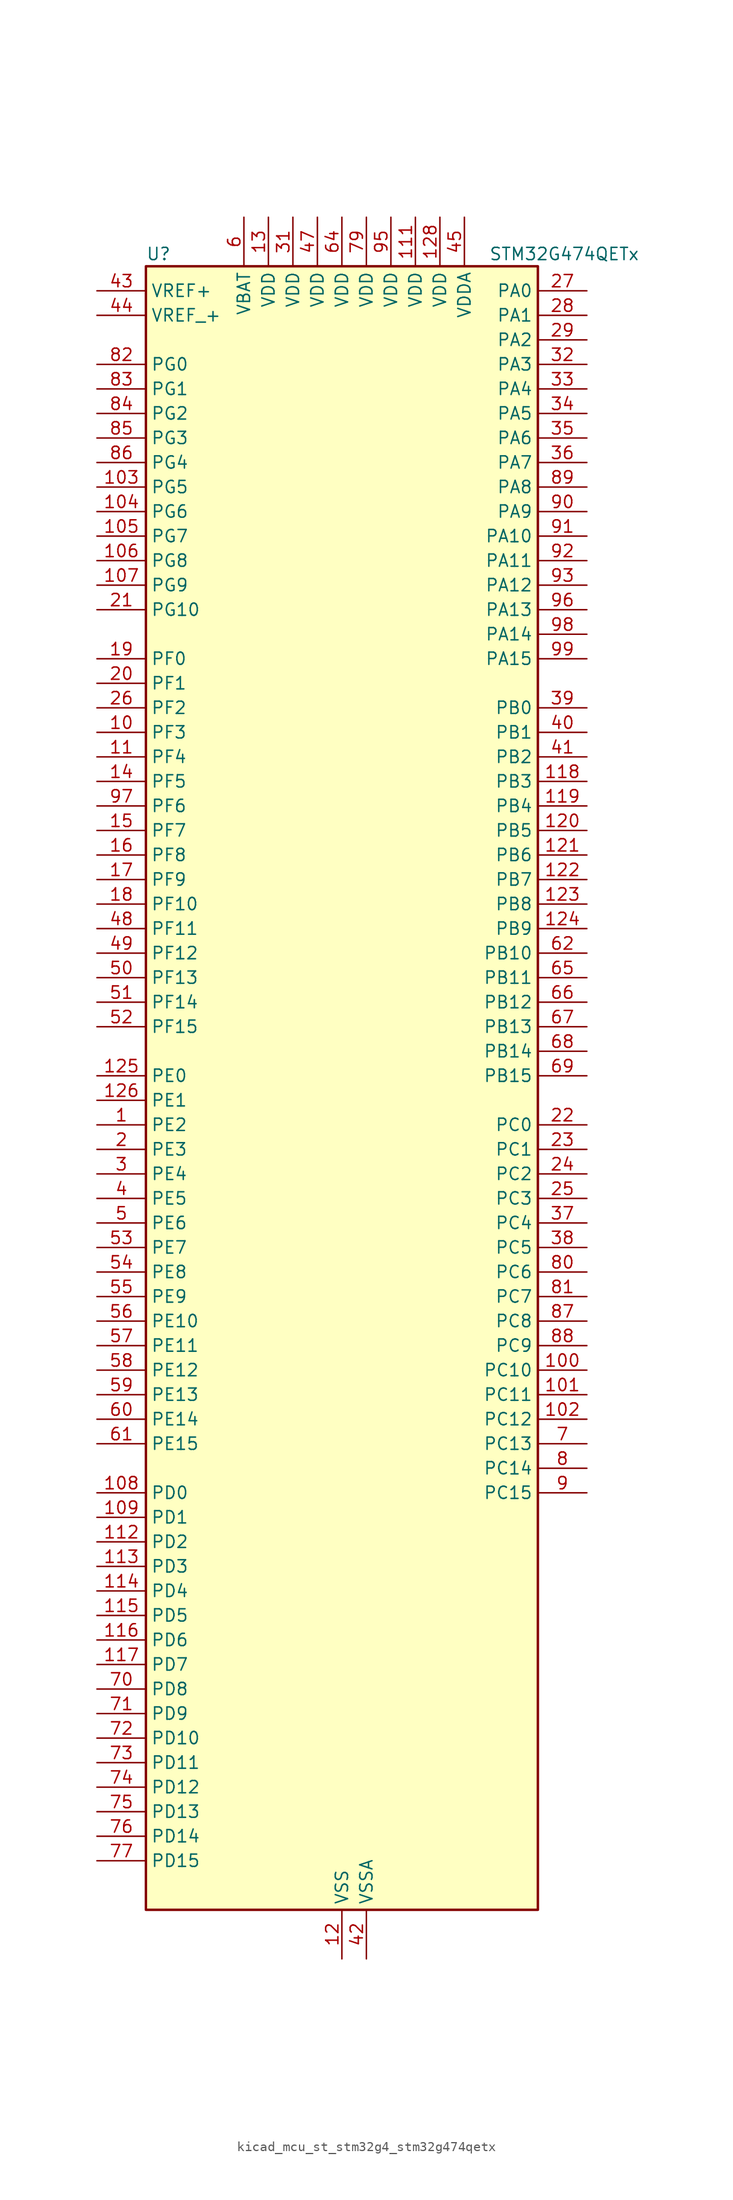
<source format=kicad_sym>
(kicad_symbol_lib
  (version 20220914)
  (generator kicad_symbol_editor)
  (symbol "kicad_mcu_st_stm32g4_stm32g474qetx"
    (property "Reference" "U"
      (at -20.32 87.63 0)
      (effects (font (size 1.27 1.27)) (justify left)))
    (property "Value" "STM32G474QETx"
      (at 15.24 87.63 0)
      (effects (font (size 1.27 1.27)) (justify left)))
    (property "ki_locked" ""
      (at 0 0 0)
      (effects (font (size 1.27 1.27))))
    (symbol "kicad_mcu_st_stm32g4_stm32g474qetx_0_1"
      (rectangle (start -20.32 -83.82) (end 20.32 86.36) (stroke (width 0.254) (type default)) (fill (type background))))
    (symbol "kicad_mcu_st_stm32g4_stm32g474qetx_1_1"
      (pin bidirectional line (at -25.4 -2.54 0) (length 5.08) (name "PE2" (effects (font (size 1.27 1.27)))) (number "1" (effects (font (size 1.27 1.27)))) (alternate "ADC3_EXTI2" bidirectional line) (alternate "ADC4_EXTI2" bidirectional line) (alternate "ADC5_EXTI2" bidirectional line) (alternate "FMC_A23" bidirectional line) (alternate "SAI1_CK1" bidirectional line) (alternate "SAI1_MCLK_A" bidirectional line) (alternate "SPI4_SCK" bidirectional line) (alternate "SYS_TRACECLK" bidirectional line) (alternate "TIM20_CH1" bidirectional line) (alternate "TIM3_CH1" bidirectional line))
      (pin bidirectional line (at -25.4 38.1 0) (length 5.08) (name "PF3" (effects (font (size 1.27 1.27)))) (number "10" (effects (font (size 1.27 1.27)))) (alternate "ADC3_EXTI3" bidirectional line) (alternate "ADC4_EXTI3" bidirectional line) (alternate "ADC5_EXTI3" bidirectional line) (alternate "FMC_A3" bidirectional line) (alternate "I2C3_SCL" bidirectional line) (alternate "TIM20_CH4" bidirectional line))
      (pin bidirectional line (at 25.4 -27.94 180) (length 5.08) (name "PC10" (effects (font (size 1.27 1.27)))) (number "100" (effects (font (size 1.27 1.27)))) (alternate "DAC1_EXTI10" bidirectional line) (alternate "DAC2_EXTI10" bidirectional line) (alternate "DAC3_EXTI10" bidirectional line) (alternate "DAC4_EXTI10" bidirectional line) (alternate "HRTIM1_FLT6" bidirectional line) (alternate "I2S3_CK" bidirectional line) (alternate "SPI3_SCK" bidirectional line) (alternate "TIM8_CH1N" bidirectional line) (alternate "UART4_TX" bidirectional line) (alternate "USART3_TX" bidirectional line))
      (pin bidirectional line (at 25.4 -30.48 180) (length 5.08) (name "PC11" (effects (font (size 1.27 1.27)))) (number "101" (effects (font (size 1.27 1.27)))) (alternate "ADC1_EXTI11" bidirectional line) (alternate "ADC2_EXTI11" bidirectional line) (alternate "HRTIM1_EEV2" bidirectional line) (alternate "I2C3_SDA" bidirectional line) (alternate "SPI3_MISO" bidirectional line) (alternate "TIM8_CH2N" bidirectional line) (alternate "UART4_RX" bidirectional line) (alternate "USART3_RX" bidirectional line))
      (pin bidirectional line (at 25.4 -33.02 180) (length 5.08) (name "PC12" (effects (font (size 1.27 1.27)))) (number "102" (effects (font (size 1.27 1.27)))) (alternate "HRTIM1_EEV1" bidirectional line) (alternate "I2S3_SD" bidirectional line) (alternate "SPI3_MOSI" bidirectional line) (alternate "TIM5_CH2" bidirectional line) (alternate "TIM8_CH3N" bidirectional line) (alternate "UART5_TX" bidirectional line) (alternate "UCPD1_FRSTX1" bidirectional line) (alternate "UCPD1_FRSTX2" bidirectional line) (alternate "USART3_CK" bidirectional line))
      (pin bidirectional line (at -25.4 63.5 0) (length 5.08) (name "PG5" (effects (font (size 1.27 1.27)))) (number "103" (effects (font (size 1.27 1.27)))) (alternate "FMC_A15" bidirectional line) (alternate "LPUART1_CTS" bidirectional line) (alternate "SPI1_NSS" bidirectional line) (alternate "TIM20_ETR" bidirectional line))
      (pin bidirectional line (at -25.4 60.96 0) (length 5.08) (name "PG6" (effects (font (size 1.27 1.27)))) (number "104" (effects (font (size 1.27 1.27)))) (alternate "FMC_INT" bidirectional line) (alternate "I2C3_SMBA" bidirectional line) (alternate "LPUART1_DE" bidirectional line) (alternate "LPUART1_RTS" bidirectional line) (alternate "TIM20_BKIN" bidirectional line))
      (pin bidirectional line (at -25.4 58.42 0) (length 5.08) (name "PG7" (effects (font (size 1.27 1.27)))) (number "105" (effects (font (size 1.27 1.27)))) (alternate "FMC_INT" bidirectional line) (alternate "I2C3_SCL" bidirectional line) (alternate "LPUART1_TX" bidirectional line) (alternate "SAI1_CK1" bidirectional line) (alternate "SAI1_MCLK_A" bidirectional line))
      (pin bidirectional line (at -25.4 55.88 0) (length 5.08) (name "PG8" (effects (font (size 1.27 1.27)))) (number "106" (effects (font (size 1.27 1.27)))) (alternate "FMC_NE3" bidirectional line) (alternate "I2C3_SDA" bidirectional line) (alternate "LPUART1_RX" bidirectional line))
      (pin bidirectional line (at -25.4 53.34 0) (length 5.08) (name "PG9" (effects (font (size 1.27 1.27)))) (number "107" (effects (font (size 1.27 1.27)))) (alternate "DAC1_EXTI9" bidirectional line) (alternate "DAC2_EXTI9" bidirectional line) (alternate "DAC3_EXTI9" bidirectional line) (alternate "DAC4_EXTI9" bidirectional line) (alternate "FMC_NCE" bidirectional line) (alternate "FMC_NE2" bidirectional line) (alternate "SPI3_SCK" bidirectional line) (alternate "TIM15_CH1N" bidirectional line) (alternate "USART1_TX" bidirectional line))
      (pin bidirectional line (at -25.4 -40.64 0) (length 5.08) (name "PD0" (effects (font (size 1.27 1.27)))) (number "108" (effects (font (size 1.27 1.27)))) (alternate "FDCAN1_RX" bidirectional line) (alternate "FMC_D2" bidirectional line) (alternate "FMC_DA2" bidirectional line) (alternate "TIM8_CH4N" bidirectional line))
      (pin bidirectional line (at -25.4 -43.18 0) (length 5.08) (name "PD1" (effects (font (size 1.27 1.27)))) (number "109" (effects (font (size 1.27 1.27)))) (alternate "FDCAN1_TX" bidirectional line) (alternate "FMC_D3" bidirectional line) (alternate "FMC_DA3" bidirectional line) (alternate "TIM8_BKIN2" bidirectional line) (alternate "TIM8_CH4" bidirectional line))
      (pin bidirectional line (at -25.4 35.56 0) (length 5.08) (name "PF4" (effects (font (size 1.27 1.27)))) (number "11" (effects (font (size 1.27 1.27)))) (alternate "COMP1_OUT" bidirectional line) (alternate "FMC_A4" bidirectional line) (alternate "I2C3_SDA" bidirectional line) (alternate "TIM20_CH1N" bidirectional line))
      (pin passive line (at 0 -88.9 90) (length 5.08) hide (name "VSS" (effects (font (size 1.27 1.27)))) (number "110" (effects (font (size 1.27 1.27)))))
      (pin power_in line (at 7.62 91.44 270) (length 5.08) (name "VDD" (effects (font (size 1.27 1.27)))) (number "111" (effects (font (size 1.27 1.27)))))
      (pin bidirectional line (at -25.4 -45.72 0) (length 5.08) (name "PD2" (effects (font (size 1.27 1.27)))) (number "112" (effects (font (size 1.27 1.27)))) (alternate "ADC3_EXTI2" bidirectional line) (alternate "ADC4_EXTI2" bidirectional line) (alternate "ADC5_EXTI2" bidirectional line) (alternate "TIM3_ETR" bidirectional line) (alternate "TIM8_BKIN" bidirectional line) (alternate "UART5_RX" bidirectional line))
      (pin bidirectional line (at -25.4 -48.26 0) (length 5.08) (name "PD3" (effects (font (size 1.27 1.27)))) (number "113" (effects (font (size 1.27 1.27)))) (alternate "ADC3_EXTI3" bidirectional line) (alternate "ADC4_EXTI3" bidirectional line) (alternate "ADC5_EXTI3" bidirectional line) (alternate "FMC_CLK" bidirectional line) (alternate "QUADSPI1_BK2_NCS" bidirectional line) (alternate "TIM2_CH1" bidirectional line) (alternate "TIM2_ETR" bidirectional line) (alternate "USART2_CTS" bidirectional line) (alternate "USART2_NSS" bidirectional line))
      (pin bidirectional line (at -25.4 -50.8 0) (length 5.08) (name "PD4" (effects (font (size 1.27 1.27)))) (number "114" (effects (font (size 1.27 1.27)))) (alternate "FMC_NOE" bidirectional line) (alternate "QUADSPI1_BK2_IO0" bidirectional line) (alternate "TIM2_CH2" bidirectional line) (alternate "USART2_DE" bidirectional line) (alternate "USART2_RTS" bidirectional line))
      (pin bidirectional line (at -25.4 -53.34 0) (length 5.08) (name "PD5" (effects (font (size 1.27 1.27)))) (number "115" (effects (font (size 1.27 1.27)))) (alternate "FMC_NWE" bidirectional line) (alternate "QUADSPI1_BK2_IO1" bidirectional line) (alternate "USART2_TX" bidirectional line))
      (pin bidirectional line (at -25.4 -55.88 0) (length 5.08) (name "PD6" (effects (font (size 1.27 1.27)))) (number "116" (effects (font (size 1.27 1.27)))) (alternate "FMC_NWAIT" bidirectional line) (alternate "QUADSPI1_BK2_IO2" bidirectional line) (alternate "SAI1_D1" bidirectional line) (alternate "SAI1_SD_A" bidirectional line) (alternate "TIM2_CH4" bidirectional line) (alternate "USART2_RX" bidirectional line))
      (pin bidirectional line (at -25.4 -58.42 0) (length 5.08) (name "PD7" (effects (font (size 1.27 1.27)))) (number "117" (effects (font (size 1.27 1.27)))) (alternate "FMC_NCE" bidirectional line) (alternate "FMC_NE1" bidirectional line) (alternate "QUADSPI1_BK2_IO3" bidirectional line) (alternate "TIM2_CH3" bidirectional line) (alternate "USART2_CK" bidirectional line))
      (pin bidirectional line (at 25.4 33.02 180) (length 5.08) (name "PB3" (effects (font (size 1.27 1.27)))) (number "118" (effects (font (size 1.27 1.27)))) (alternate "ADC3_EXTI3" bidirectional line) (alternate "ADC4_EXTI3" bidirectional line) (alternate "ADC5_EXTI3" bidirectional line) (alternate "CRS_SYNC" bidirectional line) (alternate "FDCAN3_RX" bidirectional line) (alternate "HRTIM1_EEV9" bidirectional line) (alternate "HRTIM1_SCOUT" bidirectional line) (alternate "I2S3_CK" bidirectional line) (alternate "SAI1_SCK_B" bidirectional line) (alternate "SPI1_SCK" bidirectional line) (alternate "SPI3_SCK" bidirectional line) (alternate "SYS_JTDO-SWO" bidirectional line) (alternate "TIM2_CH2" bidirectional line) (alternate "TIM3_ETR" bidirectional line) (alternate "TIM4_ETR" bidirectional line) (alternate "TIM8_CH1N" bidirectional line) (alternate "USART2_TX" bidirectional line))
      (pin bidirectional line (at 25.4 30.48 180) (length 5.08) (name "PB4" (effects (font (size 1.27 1.27)))) (number "119" (effects (font (size 1.27 1.27)))) (alternate "FDCAN3_TX" bidirectional line) (alternate "HRTIM1_EEV7" bidirectional line) (alternate "SAI1_MCLK_B" bidirectional line) (alternate "SPI1_MISO" bidirectional line) (alternate "SPI3_MISO" bidirectional line) (alternate "SYS_JTRST" bidirectional line) (alternate "TIM16_CH1" bidirectional line) (alternate "TIM17_BKIN" bidirectional line) (alternate "TIM3_CH1" bidirectional line) (alternate "TIM8_CH2N" bidirectional line) (alternate "UART5_DE" bidirectional line) (alternate "UART5_RTS" bidirectional line) (alternate "UCPD1_CC2" bidirectional line) (alternate "USART2_RX" bidirectional line))
      (pin power_in line (at 0 -88.9 90) (length 5.08) (name "VSS" (effects (font (size 1.27 1.27)))) (number "12" (effects (font (size 1.27 1.27)))))
      (pin bidirectional line (at 25.4 27.94 180) (length 5.08) (name "PB5" (effects (font (size 1.27 1.27)))) (number "120" (effects (font (size 1.27 1.27)))) (alternate "FDCAN2_RX" bidirectional line) (alternate "HRTIM1_EEV6" bidirectional line) (alternate "I2C1_SMBA" bidirectional line) (alternate "I2C3_SDA" bidirectional line) (alternate "I2S3_SD" bidirectional line) (alternate "LPTIM1_IN1" bidirectional line) (alternate "SAI1_SD_B" bidirectional line) (alternate "SPI1_MOSI" bidirectional line) (alternate "SPI3_MOSI" bidirectional line) (alternate "TIM16_BKIN" bidirectional line) (alternate "TIM17_CH1" bidirectional line) (alternate "TIM3_CH2" bidirectional line) (alternate "TIM8_CH3N" bidirectional line) (alternate "UART5_CTS" bidirectional line) (alternate "USART2_CK" bidirectional line))
      (pin bidirectional line (at 25.4 25.4 180) (length 5.08) (name "PB6" (effects (font (size 1.27 1.27)))) (number "121" (effects (font (size 1.27 1.27)))) (alternate "COMP4_OUT" bidirectional line) (alternate "FDCAN2_TX" bidirectional line) (alternate "HRTIM1_EEV4" bidirectional line) (alternate "HRTIM1_SCIN" bidirectional line) (alternate "LPTIM1_ETR" bidirectional line) (alternate "SAI1_FS_B" bidirectional line) (alternate "TIM16_CH1N" bidirectional line) (alternate "TIM4_CH1" bidirectional line) (alternate "TIM8_BKIN2" bidirectional line) (alternate "TIM8_CH1" bidirectional line) (alternate "TIM8_ETR" bidirectional line) (alternate "UCPD1_CC1" bidirectional line) (alternate "USART1_TX" bidirectional line))
      (pin bidirectional line (at 25.4 22.86 180) (length 5.08) (name "PB7" (effects (font (size 1.27 1.27)))) (number "122" (effects (font (size 1.27 1.27)))) (alternate "COMP3_OUT" bidirectional line) (alternate "FMC_NL" bidirectional line) (alternate "HRTIM1_EEV3" bidirectional line) (alternate "I2C1_SDA" bidirectional line) (alternate "I2C4_SDA" bidirectional line) (alternate "LPTIM1_IN2" bidirectional line) (alternate "SYS_PVD_IN" bidirectional line) (alternate "TIM17_CH1N" bidirectional line) (alternate "TIM3_CH4" bidirectional line) (alternate "TIM4_CH2" bidirectional line) (alternate "TIM8_BKIN" bidirectional line) (alternate "UART4_CTS" bidirectional line) (alternate "USART1_RX" bidirectional line))
      (pin bidirectional line (at 25.4 20.32 180) (length 5.08) (name "PB8" (effects (font (size 1.27 1.27)))) (number "123" (effects (font (size 1.27 1.27)))) (alternate "COMP1_OUT" bidirectional line) (alternate "FDCAN1_RX" bidirectional line) (alternate "HRTIM1_EEV8" bidirectional line) (alternate "I2C1_SCL" bidirectional line) (alternate "SAI1_CK1" bidirectional line) (alternate "SAI1_MCLK_A" bidirectional line) (alternate "TIM16_CH1" bidirectional line) (alternate "TIM1_BKIN" bidirectional line) (alternate "TIM4_CH3" bidirectional line) (alternate "TIM8_CH2" bidirectional line) (alternate "USART3_RX" bidirectional line))
      (pin bidirectional line (at 25.4 17.78 180) (length 5.08) (name "PB9" (effects (font (size 1.27 1.27)))) (number "124" (effects (font (size 1.27 1.27)))) (alternate "COMP2_OUT" bidirectional line) (alternate "DAC1_EXTI9" bidirectional line) (alternate "DAC2_EXTI9" bidirectional line) (alternate "DAC3_EXTI9" bidirectional line) (alternate "DAC4_EXTI9" bidirectional line) (alternate "FDCAN1_TX" bidirectional line) (alternate "HRTIM1_EEV5" bidirectional line) (alternate "I2C1_SDA" bidirectional line) (alternate "IR_OUT" bidirectional line) (alternate "SAI1_D2" bidirectional line) (alternate "SAI1_FS_A" bidirectional line) (alternate "TIM17_CH1" bidirectional line) (alternate "TIM1_CH3N" bidirectional line) (alternate "TIM4_CH4" bidirectional line) (alternate "TIM8_CH3" bidirectional line) (alternate "USART3_TX" bidirectional line))
      (pin bidirectional line (at -25.4 2.54 0) (length 5.08) (name "PE0" (effects (font (size 1.27 1.27)))) (number "125" (effects (font (size 1.27 1.27)))) (alternate "FMC_NBL0" bidirectional line) (alternate "TIM16_CH1" bidirectional line) (alternate "TIM20_CH4N" bidirectional line) (alternate "TIM20_ETR" bidirectional line) (alternate "TIM4_ETR" bidirectional line) (alternate "USART1_TX" bidirectional line))
      (pin bidirectional line (at -25.4 0 0) (length 5.08) (name "PE1" (effects (font (size 1.27 1.27)))) (number "126" (effects (font (size 1.27 1.27)))) (alternate "FMC_NBL1" bidirectional line) (alternate "TIM17_CH1" bidirectional line) (alternate "TIM20_CH4" bidirectional line) (alternate "USART1_RX" bidirectional line))
      (pin passive line (at 0 -88.9 90) (length 5.08) hide (name "VSS" (effects (font (size 1.27 1.27)))) (number "127" (effects (font (size 1.27 1.27)))))
      (pin power_in line (at 10.16 91.44 270) (length 5.08) (name "VDD" (effects (font (size 1.27 1.27)))) (number "128" (effects (font (size 1.27 1.27)))))
      (pin power_in line (at -7.62 91.44 270) (length 5.08) (name "VDD" (effects (font (size 1.27 1.27)))) (number "13" (effects (font (size 1.27 1.27)))))
      (pin bidirectional line (at -25.4 33.02 0) (length 5.08) (name "PF5" (effects (font (size 1.27 1.27)))) (number "14" (effects (font (size 1.27 1.27)))) (alternate "FMC_A5" bidirectional line) (alternate "TIM20_CH2N" bidirectional line))
      (pin bidirectional line (at -25.4 27.94 0) (length 5.08) (name "PF7" (effects (font (size 1.27 1.27)))) (number "15" (effects (font (size 1.27 1.27)))) (alternate "FMC_A1" bidirectional line) (alternate "QUADSPI1_BK1_IO2" bidirectional line) (alternate "SAI1_MCLK_B" bidirectional line) (alternate "TIM20_BKIN" bidirectional line) (alternate "TIM5_CH2" bidirectional line))
      (pin bidirectional line (at -25.4 25.4 0) (length 5.08) (name "PF8" (effects (font (size 1.27 1.27)))) (number "16" (effects (font (size 1.27 1.27)))) (alternate "FMC_A24" bidirectional line) (alternate "QUADSPI1_BK1_IO0" bidirectional line) (alternate "SAI1_SCK_B" bidirectional line) (alternate "TIM20_BKIN2" bidirectional line) (alternate "TIM5_CH3" bidirectional line))
      (pin bidirectional line (at -25.4 22.86 0) (length 5.08) (name "PF9" (effects (font (size 1.27 1.27)))) (number "17" (effects (font (size 1.27 1.27)))) (alternate "DAC1_EXTI9" bidirectional line) (alternate "DAC2_EXTI9" bidirectional line) (alternate "DAC3_EXTI9" bidirectional line) (alternate "DAC4_EXTI9" bidirectional line) (alternate "FMC_A25" bidirectional line) (alternate "QUADSPI1_BK1_IO1" bidirectional line) (alternate "SAI1_FS_B" bidirectional line) (alternate "SPI2_SCK" bidirectional line) (alternate "TIM15_CH1" bidirectional line) (alternate "TIM20_BKIN" bidirectional line) (alternate "TIM5_CH4" bidirectional line))
      (pin bidirectional line (at -25.4 20.32 0) (length 5.08) (name "PF10" (effects (font (size 1.27 1.27)))) (number "18" (effects (font (size 1.27 1.27)))) (alternate "DAC1_EXTI10" bidirectional line) (alternate "DAC2_EXTI10" bidirectional line) (alternate "DAC3_EXTI10" bidirectional line) (alternate "DAC4_EXTI10" bidirectional line) (alternate "FMC_A0" bidirectional line) (alternate "QUADSPI1_CLK" bidirectional line) (alternate "SAI1_D3" bidirectional line) (alternate "SPI2_SCK" bidirectional line) (alternate "TIM15_CH2" bidirectional line) (alternate "TIM20_BKIN2" bidirectional line))
      (pin bidirectional line (at -25.4 45.72 0) (length 5.08) (name "PF0" (effects (font (size 1.27 1.27)))) (number "19" (effects (font (size 1.27 1.27)))) (alternate "ADC1_IN10" bidirectional line) (alternate "I2C2_SDA" bidirectional line) (alternate "I2S2_WS" bidirectional line) (alternate "RCC_OSC_IN" bidirectional line) (alternate "SPI2_NSS" bidirectional line) (alternate "TIM1_CH3N" bidirectional line))
      (pin bidirectional line (at -25.4 -5.08 0) (length 5.08) (name "PE3" (effects (font (size 1.27 1.27)))) (number "2" (effects (font (size 1.27 1.27)))) (alternate "ADC3_EXTI3" bidirectional line) (alternate "ADC4_EXTI3" bidirectional line) (alternate "ADC5_EXTI3" bidirectional line) (alternate "FMC_A19" bidirectional line) (alternate "SAI1_SD_B" bidirectional line) (alternate "SPI4_NSS" bidirectional line) (alternate "SYS_TRACED0" bidirectional line) (alternate "TIM20_CH2" bidirectional line) (alternate "TIM3_CH2" bidirectional line))
      (pin bidirectional line (at -25.4 43.18 0) (length 5.08) (name "PF1" (effects (font (size 1.27 1.27)))) (number "20" (effects (font (size 1.27 1.27)))) (alternate "ADC2_IN10" bidirectional line) (alternate "COMP3_INM" bidirectional line) (alternate "I2S2_CK" bidirectional line) (alternate "RCC_OSC_OUT" bidirectional line) (alternate "SPI2_SCK" bidirectional line))
      (pin bidirectional line (at -25.4 50.8 0) (length 5.08) (name "PG10" (effects (font (size 1.27 1.27)))) (number "21" (effects (font (size 1.27 1.27)))) (alternate "DAC1_EXTI10" bidirectional line) (alternate "DAC2_EXTI10" bidirectional line) (alternate "DAC3_EXTI10" bidirectional line) (alternate "DAC4_EXTI10" bidirectional line) (alternate "RCC_MCO" bidirectional line))
      (pin bidirectional line (at 25.4 -2.54 180) (length 5.08) (name "PC0" (effects (font (size 1.27 1.27)))) (number "22" (effects (font (size 1.27 1.27)))) (alternate "ADC1_IN6" bidirectional line) (alternate "ADC2_IN6" bidirectional line) (alternate "COMP3_INM" bidirectional line) (alternate "LPTIM1_IN1" bidirectional line) (alternate "LPUART1_RX" bidirectional line) (alternate "TIM1_CH1" bidirectional line))
      (pin bidirectional line (at 25.4 -5.08 180) (length 5.08) (name "PC1" (effects (font (size 1.27 1.27)))) (number "23" (effects (font (size 1.27 1.27)))) (alternate "ADC1_IN7" bidirectional line) (alternate "ADC2_IN7" bidirectional line) (alternate "COMP3_INP" bidirectional line) (alternate "LPTIM1_OUT" bidirectional line) (alternate "LPUART1_TX" bidirectional line) (alternate "QUADSPI1_BK2_IO0" bidirectional line) (alternate "SAI1_SD_A" bidirectional line) (alternate "TIM1_CH2" bidirectional line))
      (pin bidirectional line (at 25.4 -7.62 180) (length 5.08) (name "PC2" (effects (font (size 1.27 1.27)))) (number "24" (effects (font (size 1.27 1.27)))) (alternate "ADC1_IN8" bidirectional line) (alternate "ADC2_IN8" bidirectional line) (alternate "ADC3_EXTI2" bidirectional line) (alternate "ADC4_EXTI2" bidirectional line) (alternate "ADC5_EXTI2" bidirectional line) (alternate "COMP3_OUT" bidirectional line) (alternate "LPTIM1_IN2" bidirectional line) (alternate "QUADSPI1_BK2_IO1" bidirectional line) (alternate "TIM1_CH3" bidirectional line) (alternate "TIM20_CH2" bidirectional line))
      (pin bidirectional line (at 25.4 -10.16 180) (length 5.08) (name "PC3" (effects (font (size 1.27 1.27)))) (number "25" (effects (font (size 1.27 1.27)))) (alternate "ADC1_IN9" bidirectional line) (alternate "ADC2_IN9" bidirectional line) (alternate "ADC3_EXTI3" bidirectional line) (alternate "ADC4_EXTI3" bidirectional line) (alternate "ADC5_EXTI3" bidirectional line) (alternate "LPTIM1_ETR" bidirectional line) (alternate "OPAMP5_VINP" bidirectional line) (alternate "OPAMP5_VINP_SEC" bidirectional line) (alternate "QUADSPI1_BK2_IO2" bidirectional line) (alternate "SAI1_D1" bidirectional line) (alternate "SAI1_SD_A" bidirectional line) (alternate "TIM1_BKIN2" bidirectional line) (alternate "TIM1_CH4" bidirectional line))
      (pin bidirectional line (at -25.4 40.64 0) (length 5.08) (name "PF2" (effects (font (size 1.27 1.27)))) (number "26" (effects (font (size 1.27 1.27)))) (alternate "ADC3_EXTI2" bidirectional line) (alternate "ADC4_EXTI2" bidirectional line) (alternate "ADC5_EXTI2" bidirectional line) (alternate "FMC_A2" bidirectional line) (alternate "I2C2_SMBA" bidirectional line) (alternate "TIM20_CH3" bidirectional line))
      (pin bidirectional line (at 25.4 83.82 180) (length 5.08) (name "PA0" (effects (font (size 1.27 1.27)))) (number "27" (effects (font (size 1.27 1.27)))) (alternate "ADC1_IN1" bidirectional line) (alternate "ADC2_IN1" bidirectional line) (alternate "COMP1_INM" bidirectional line) (alternate "COMP1_OUT" bidirectional line) (alternate "COMP3_INP" bidirectional line) (alternate "RTC_TAMP2" bidirectional line) (alternate "SYS_WKUP1" bidirectional line) (alternate "TIM2_CH1" bidirectional line) (alternate "TIM2_ETR" bidirectional line) (alternate "TIM5_CH1" bidirectional line) (alternate "TIM8_BKIN" bidirectional line) (alternate "TIM8_ETR" bidirectional line) (alternate "USART2_CTS" bidirectional line) (alternate "USART2_NSS" bidirectional line))
      (pin bidirectional line (at 25.4 81.28 180) (length 5.08) (name "PA1" (effects (font (size 1.27 1.27)))) (number "28" (effects (font (size 1.27 1.27)))) (alternate "ADC1_IN2" bidirectional line) (alternate "ADC2_IN2" bidirectional line) (alternate "COMP1_INP" bidirectional line) (alternate "OPAMP1_VINP" bidirectional line) (alternate "OPAMP1_VINP_SEC" bidirectional line) (alternate "OPAMP3_VINP" bidirectional line) (alternate "OPAMP3_VINP_SEC" bidirectional line) (alternate "OPAMP6_VINM" bidirectional line) (alternate "OPAMP6_VINM0" bidirectional line) (alternate "OPAMP6_VINM_SEC" bidirectional line) (alternate "RTC_REFIN" bidirectional line) (alternate "TIM15_CH1N" bidirectional line) (alternate "TIM2_CH2" bidirectional line) (alternate "TIM5_CH2" bidirectional line) (alternate "USART2_DE" bidirectional line) (alternate "USART2_RTS" bidirectional line))
      (pin bidirectional line (at 25.4 78.74 180) (length 5.08) (name "PA2" (effects (font (size 1.27 1.27)))) (number "29" (effects (font (size 1.27 1.27)))) (alternate "ADC1_IN3" bidirectional line) (alternate "ADC3_EXTI2" bidirectional line) (alternate "ADC4_EXTI2" bidirectional line) (alternate "ADC5_EXTI2" bidirectional line) (alternate "COMP2_INM" bidirectional line) (alternate "COMP2_OUT" bidirectional line) (alternate "LPUART1_TX" bidirectional line) (alternate "OPAMP1_VOUT" bidirectional line) (alternate "QUADSPI1_BK1_NCS" bidirectional line) (alternate "RCC_LSCO" bidirectional line) (alternate "SYS_WKUP4" bidirectional line) (alternate "TIM15_CH1" bidirectional line) (alternate "TIM2_CH3" bidirectional line) (alternate "TIM5_CH3" bidirectional line) (alternate "UCPD1_FRSTX1" bidirectional line) (alternate "UCPD1_FRSTX2" bidirectional line) (alternate "USART2_TX" bidirectional line))
      (pin bidirectional line (at -25.4 -7.62 0) (length 5.08) (name "PE4" (effects (font (size 1.27 1.27)))) (number "3" (effects (font (size 1.27 1.27)))) (alternate "FMC_A20" bidirectional line) (alternate "SAI1_D2" bidirectional line) (alternate "SAI1_FS_A" bidirectional line) (alternate "SPI4_NSS" bidirectional line) (alternate "SYS_TRACED1" bidirectional line) (alternate "TIM20_CH1N" bidirectional line) (alternate "TIM3_CH3" bidirectional line))
      (pin passive line (at 0 -88.9 90) (length 5.08) hide (name "VSS" (effects (font (size 1.27 1.27)))) (number "30" (effects (font (size 1.27 1.27)))))
      (pin power_in line (at -5.08 91.44 270) (length 5.08) (name "VDD" (effects (font (size 1.27 1.27)))) (number "31" (effects (font (size 1.27 1.27)))))
      (pin bidirectional line (at 25.4 76.2 180) (length 5.08) (name "PA3" (effects (font (size 1.27 1.27)))) (number "32" (effects (font (size 1.27 1.27)))) (alternate "ADC1_IN4" bidirectional line) (alternate "ADC3_EXTI3" bidirectional line) (alternate "ADC4_EXTI3" bidirectional line) (alternate "ADC5_EXTI3" bidirectional line) (alternate "COMP2_INP" bidirectional line) (alternate "LPUART1_RX" bidirectional line) (alternate "OPAMP1_VINM" bidirectional line) (alternate "OPAMP1_VINM0" bidirectional line) (alternate "OPAMP1_VINM_SEC" bidirectional line) (alternate "OPAMP1_VINP" bidirectional line) (alternate "OPAMP1_VINP_SEC" bidirectional line) (alternate "OPAMP5_VINM" bidirectional line) (alternate "OPAMP5_VINM1" bidirectional line) (alternate "OPAMP5_VINM_SEC" bidirectional line) (alternate "QUADSPI1_CLK" bidirectional line) (alternate "SAI1_CK1" bidirectional line) (alternate "SAI1_MCLK_A" bidirectional line) (alternate "TIM15_CH2" bidirectional line) (alternate "TIM2_CH4" bidirectional line) (alternate "TIM5_CH4" bidirectional line) (alternate "USART2_RX" bidirectional line))
      (pin bidirectional line (at 25.4 73.66 180) (length 5.08) (name "PA4" (effects (font (size 1.27 1.27)))) (number "33" (effects (font (size 1.27 1.27)))) (alternate "ADC2_IN17" bidirectional line) (alternate "COMP1_INM" bidirectional line) (alternate "DAC1_OUT1" bidirectional line) (alternate "I2S3_WS" bidirectional line) (alternate "SAI1_FS_B" bidirectional line) (alternate "SPI1_NSS" bidirectional line) (alternate "SPI3_NSS" bidirectional line) (alternate "TIM3_CH2" bidirectional line) (alternate "USART2_CK" bidirectional line))
      (pin bidirectional line (at 25.4 71.12 180) (length 5.08) (name "PA5" (effects (font (size 1.27 1.27)))) (number "34" (effects (font (size 1.27 1.27)))) (alternate "ADC2_IN13" bidirectional line) (alternate "COMP2_INM" bidirectional line) (alternate "DAC1_OUT2" bidirectional line) (alternate "OPAMP2_VINM" bidirectional line) (alternate "OPAMP2_VINM0" bidirectional line) (alternate "OPAMP2_VINM_SEC" bidirectional line) (alternate "SPI1_SCK" bidirectional line) (alternate "TIM2_CH1" bidirectional line) (alternate "TIM2_ETR" bidirectional line) (alternate "UCPD1_FRSTX1" bidirectional line) (alternate "UCPD1_FRSTX2" bidirectional line))
      (pin bidirectional line (at 25.4 68.58 180) (length 5.08) (name "PA6" (effects (font (size 1.27 1.27)))) (number "35" (effects (font (size 1.27 1.27)))) (alternate "ADC2_IN3" bidirectional line) (alternate "COMP1_OUT" bidirectional line) (alternate "DAC2_OUT1" bidirectional line) (alternate "LPUART1_CTS" bidirectional line) (alternate "OPAMP2_VOUT" bidirectional line) (alternate "QUADSPI1_BK1_IO3" bidirectional line) (alternate "SPI1_MISO" bidirectional line) (alternate "TIM16_CH1" bidirectional line) (alternate "TIM1_BKIN" bidirectional line) (alternate "TIM3_CH1" bidirectional line) (alternate "TIM8_BKIN" bidirectional line))
      (pin bidirectional line (at 25.4 66.04 180) (length 5.08) (name "PA7" (effects (font (size 1.27 1.27)))) (number "36" (effects (font (size 1.27 1.27)))) (alternate "ADC2_IN4" bidirectional line) (alternate "COMP2_INP" bidirectional line) (alternate "COMP2_OUT" bidirectional line) (alternate "OPAMP1_VINP" bidirectional line) (alternate "OPAMP1_VINP_SEC" bidirectional line) (alternate "OPAMP2_VINP" bidirectional line) (alternate "OPAMP2_VINP_SEC" bidirectional line) (alternate "QUADSPI1_BK1_IO2" bidirectional line) (alternate "SPI1_MOSI" bidirectional line) (alternate "TIM17_CH1" bidirectional line) (alternate "TIM1_CH1N" bidirectional line) (alternate "TIM3_CH2" bidirectional line) (alternate "TIM8_CH1N" bidirectional line) (alternate "UCPD1_FRSTX1" bidirectional line) (alternate "UCPD1_FRSTX2" bidirectional line))
      (pin bidirectional line (at 25.4 -12.7 180) (length 5.08) (name "PC4" (effects (font (size 1.27 1.27)))) (number "37" (effects (font (size 1.27 1.27)))) (alternate "ADC2_IN5" bidirectional line) (alternate "I2C2_SCL" bidirectional line) (alternate "QUADSPI1_BK2_IO3" bidirectional line) (alternate "TIM1_ETR" bidirectional line) (alternate "USART1_TX" bidirectional line))
      (pin bidirectional line (at 25.4 -15.24 180) (length 5.08) (name "PC5" (effects (font (size 1.27 1.27)))) (number "38" (effects (font (size 1.27 1.27)))) (alternate "ADC2_IN11" bidirectional line) (alternate "HRTIM1_EEV10" bidirectional line) (alternate "OPAMP1_VINM" bidirectional line) (alternate "OPAMP1_VINM1" bidirectional line) (alternate "OPAMP1_VINM_SEC" bidirectional line) (alternate "OPAMP2_VINM" bidirectional line) (alternate "OPAMP2_VINM1" bidirectional line) (alternate "OPAMP2_VINM_SEC" bidirectional line) (alternate "SAI1_D3" bidirectional line) (alternate "SYS_WKUP5" bidirectional line) (alternate "TIM15_BKIN" bidirectional line) (alternate "TIM1_CH4N" bidirectional line) (alternate "USART1_RX" bidirectional line))
      (pin bidirectional line (at 25.4 40.64 180) (length 5.08) (name "PB0" (effects (font (size 1.27 1.27)))) (number "39" (effects (font (size 1.27 1.27)))) (alternate "ADC1_IN15" bidirectional line) (alternate "ADC3_IN12" bidirectional line) (alternate "COMP4_INP" bidirectional line) (alternate "HRTIM1_FLT5" bidirectional line) (alternate "OPAMP2_VINP" bidirectional line) (alternate "OPAMP2_VINP_SEC" bidirectional line) (alternate "OPAMP3_VINP" bidirectional line) (alternate "OPAMP3_VINP_SEC" bidirectional line) (alternate "QUADSPI1_BK1_IO1" bidirectional line) (alternate "TIM1_CH2N" bidirectional line) (alternate "TIM3_CH3" bidirectional line) (alternate "TIM8_CH2N" bidirectional line) (alternate "UCPD1_FRSTX1" bidirectional line) (alternate "UCPD1_FRSTX2" bidirectional line))
      (pin bidirectional line (at -25.4 -10.16 0) (length 5.08) (name "PE5" (effects (font (size 1.27 1.27)))) (number "4" (effects (font (size 1.27 1.27)))) (alternate "FMC_A21" bidirectional line) (alternate "SAI1_CK2" bidirectional line) (alternate "SAI1_SCK_A" bidirectional line) (alternate "SPI4_MISO" bidirectional line) (alternate "SYS_TRACED2" bidirectional line) (alternate "TIM20_CH2N" bidirectional line) (alternate "TIM3_CH4" bidirectional line))
      (pin bidirectional line (at 25.4 38.1 180) (length 5.08) (name "PB1" (effects (font (size 1.27 1.27)))) (number "40" (effects (font (size 1.27 1.27)))) (alternate "ADC1_IN12" bidirectional line) (alternate "ADC3_IN1" bidirectional line) (alternate "COMP1_INP" bidirectional line) (alternate "COMP4_OUT" bidirectional line) (alternate "HRTIM1_SCOUT" bidirectional line) (alternate "LPUART1_DE" bidirectional line) (alternate "LPUART1_RTS" bidirectional line) (alternate "OPAMP3_VOUT" bidirectional line) (alternate "OPAMP6_VINM" bidirectional line) (alternate "OPAMP6_VINM1" bidirectional line) (alternate "OPAMP6_VINM_SEC" bidirectional line) (alternate "QUADSPI1_BK1_IO0" bidirectional line) (alternate "TIM1_CH3N" bidirectional line) (alternate "TIM3_CH4" bidirectional line) (alternate "TIM8_CH3N" bidirectional line))
      (pin bidirectional line (at 25.4 35.56 180) (length 5.08) (name "PB2" (effects (font (size 1.27 1.27)))) (number "41" (effects (font (size 1.27 1.27)))) (alternate "ADC2_IN12" bidirectional line) (alternate "ADC3_EXTI2" bidirectional line) (alternate "ADC4_EXTI2" bidirectional line) (alternate "ADC5_EXTI2" bidirectional line) (alternate "COMP4_INM" bidirectional line) (alternate "HRTIM1_SCIN" bidirectional line) (alternate "I2C3_SMBA" bidirectional line) (alternate "LPTIM1_OUT" bidirectional line) (alternate "OPAMP3_VINM" bidirectional line) (alternate "OPAMP3_VINM0" bidirectional line) (alternate "OPAMP3_VINM_SEC" bidirectional line) (alternate "QUADSPI1_BK2_IO1" bidirectional line) (alternate "RTC_OUT2" bidirectional line) (alternate "TIM20_CH1" bidirectional line) (alternate "TIM5_CH1" bidirectional line))
      (pin power_in line (at 2.54 -88.9 90) (length 5.08) (name "VSSA" (effects (font (size 1.27 1.27)))) (number "42" (effects (font (size 1.27 1.27)))))
      (pin input line (at -25.4 83.82 0) (length 5.08) (name "VREF+" (effects (font (size 1.27 1.27)))) (number "43" (effects (font (size 1.27 1.27)))) (alternate "VREFBUF_OUT1" bidirectional line))
      (pin input line (at -25.4 81.28 0) (length 5.08) (name "VREF_+" (effects (font (size 1.27 1.27)))) (number "44" (effects (font (size 1.27 1.27)))) (alternate "VREFBUF_OUT2" bidirectional line))
      (pin power_in line (at 12.7 91.44 270) (length 5.08) (name "VDDA" (effects (font (size 1.27 1.27)))) (number "45" (effects (font (size 1.27 1.27)))))
      (pin passive line (at 0 -88.9 90) (length 5.08) hide (name "VSS" (effects (font (size 1.27 1.27)))) (number "46" (effects (font (size 1.27 1.27)))))
      (pin power_in line (at -2.54 91.44 270) (length 5.08) (name "VDD" (effects (font (size 1.27 1.27)))) (number "47" (effects (font (size 1.27 1.27)))))
      (pin bidirectional line (at -25.4 17.78 0) (length 5.08) (name "PF11" (effects (font (size 1.27 1.27)))) (number "48" (effects (font (size 1.27 1.27)))) (alternate "ADC1_EXTI11" bidirectional line) (alternate "ADC2_EXTI11" bidirectional line) (alternate "FMC_NE4" bidirectional line) (alternate "TIM20_ETR" bidirectional line))
      (pin bidirectional line (at -25.4 15.24 0) (length 5.08) (name "PF12" (effects (font (size 1.27 1.27)))) (number "49" (effects (font (size 1.27 1.27)))) (alternate "FMC_A6" bidirectional line) (alternate "TIM20_CH1" bidirectional line))
      (pin bidirectional line (at -25.4 -12.7 0) (length 5.08) (name "PE6" (effects (font (size 1.27 1.27)))) (number "5" (effects (font (size 1.27 1.27)))) (alternate "FMC_A22" bidirectional line) (alternate "RTC_TAMP3" bidirectional line) (alternate "SAI1_D1" bidirectional line) (alternate "SAI1_SD_A" bidirectional line) (alternate "SPI4_MOSI" bidirectional line) (alternate "SYS_TRACED3" bidirectional line) (alternate "SYS_WKUP3" bidirectional line) (alternate "TIM20_CH3N" bidirectional line))
      (pin bidirectional line (at -25.4 12.7 0) (length 5.08) (name "PF13" (effects (font (size 1.27 1.27)))) (number "50" (effects (font (size 1.27 1.27)))) (alternate "FMC_A7" bidirectional line) (alternate "I2C4_SMBA" bidirectional line) (alternate "TIM20_CH2" bidirectional line))
      (pin bidirectional line (at -25.4 10.16 0) (length 5.08) (name "PF14" (effects (font (size 1.27 1.27)))) (number "51" (effects (font (size 1.27 1.27)))) (alternate "FMC_A8" bidirectional line) (alternate "I2C4_SCL" bidirectional line) (alternate "TIM20_CH3" bidirectional line))
      (pin bidirectional line (at -25.4 7.62 0) (length 5.08) (name "PF15" (effects (font (size 1.27 1.27)))) (number "52" (effects (font (size 1.27 1.27)))) (alternate "ADC1_EXTI15" bidirectional line) (alternate "ADC2_EXTI15" bidirectional line) (alternate "FMC_A9" bidirectional line) (alternate "I2C4_SDA" bidirectional line) (alternate "TIM20_CH4" bidirectional line))
      (pin bidirectional line (at -25.4 -15.24 0) (length 5.08) (name "PE7" (effects (font (size 1.27 1.27)))) (number "53" (effects (font (size 1.27 1.27)))) (alternate "ADC3_IN4" bidirectional line) (alternate "COMP4_INP" bidirectional line) (alternate "FMC_D4" bidirectional line) (alternate "FMC_DA4" bidirectional line) (alternate "SAI1_SD_B" bidirectional line) (alternate "TIM1_ETR" bidirectional line))
      (pin bidirectional line (at -25.4 -17.78 0) (length 5.08) (name "PE8" (effects (font (size 1.27 1.27)))) (number "54" (effects (font (size 1.27 1.27)))) (alternate "ADC3_IN6" bidirectional line) (alternate "ADC4_IN6" bidirectional line) (alternate "ADC5_IN6" bidirectional line) (alternate "COMP4_INM" bidirectional line) (alternate "FMC_D5" bidirectional line) (alternate "FMC_DA5" bidirectional line) (alternate "SAI1_SCK_B" bidirectional line) (alternate "TIM1_CH1N" bidirectional line) (alternate "TIM5_CH3" bidirectional line))
      (pin bidirectional line (at -25.4 -20.32 0) (length 5.08) (name "PE9" (effects (font (size 1.27 1.27)))) (number "55" (effects (font (size 1.27 1.27)))) (alternate "ADC3_IN2" bidirectional line) (alternate "DAC1_EXTI9" bidirectional line) (alternate "DAC2_EXTI9" bidirectional line) (alternate "DAC3_EXTI9" bidirectional line) (alternate "DAC4_EXTI9" bidirectional line) (alternate "FMC_D6" bidirectional line) (alternate "FMC_DA6" bidirectional line) (alternate "SAI1_FS_B" bidirectional line) (alternate "TIM1_CH1" bidirectional line) (alternate "TIM5_CH4" bidirectional line))
      (pin bidirectional line (at -25.4 -22.86 0) (length 5.08) (name "PE10" (effects (font (size 1.27 1.27)))) (number "56" (effects (font (size 1.27 1.27)))) (alternate "ADC3_IN14" bidirectional line) (alternate "ADC4_IN14" bidirectional line) (alternate "ADC5_IN14" bidirectional line) (alternate "DAC1_EXTI10" bidirectional line) (alternate "DAC2_EXTI10" bidirectional line) (alternate "DAC3_EXTI10" bidirectional line) (alternate "DAC4_EXTI10" bidirectional line) (alternate "FMC_D7" bidirectional line) (alternate "FMC_DA7" bidirectional line) (alternate "QUADSPI1_CLK" bidirectional line) (alternate "SAI1_MCLK_B" bidirectional line) (alternate "TIM1_CH2N" bidirectional line))
      (pin bidirectional line (at -25.4 -25.4 0) (length 5.08) (name "PE11" (effects (font (size 1.27 1.27)))) (number "57" (effects (font (size 1.27 1.27)))) (alternate "ADC1_EXTI11" bidirectional line) (alternate "ADC2_EXTI11" bidirectional line) (alternate "ADC3_IN15" bidirectional line) (alternate "ADC4_IN15" bidirectional line) (alternate "ADC5_IN15" bidirectional line) (alternate "FMC_D8" bidirectional line) (alternate "FMC_DA8" bidirectional line) (alternate "QUADSPI1_BK1_NCS" bidirectional line) (alternate "SPI4_NSS" bidirectional line) (alternate "TIM1_CH2" bidirectional line))
      (pin bidirectional line (at -25.4 -27.94 0) (length 5.08) (name "PE12" (effects (font (size 1.27 1.27)))) (number "58" (effects (font (size 1.27 1.27)))) (alternate "ADC3_IN16" bidirectional line) (alternate "ADC4_IN16" bidirectional line) (alternate "ADC5_IN16" bidirectional line) (alternate "FMC_D9" bidirectional line) (alternate "FMC_DA9" bidirectional line) (alternate "QUADSPI1_BK1_IO0" bidirectional line) (alternate "SPI4_SCK" bidirectional line) (alternate "TIM1_CH3N" bidirectional line))
      (pin bidirectional line (at -25.4 -30.48 0) (length 5.08) (name "PE13" (effects (font (size 1.27 1.27)))) (number "59" (effects (font (size 1.27 1.27)))) (alternate "ADC3_IN3" bidirectional line) (alternate "FMC_D10" bidirectional line) (alternate "FMC_DA10" bidirectional line) (alternate "QUADSPI1_BK1_IO1" bidirectional line) (alternate "SPI4_MISO" bidirectional line) (alternate "TIM1_CH3" bidirectional line))
      (pin power_in line (at -10.16 91.44 270) (length 5.08) (name "VBAT" (effects (font (size 1.27 1.27)))) (number "6" (effects (font (size 1.27 1.27)))))
      (pin bidirectional line (at -25.4 -33.02 0) (length 5.08) (name "PE14" (effects (font (size 1.27 1.27)))) (number "60" (effects (font (size 1.27 1.27)))) (alternate "ADC4_IN1" bidirectional line) (alternate "FMC_D11" bidirectional line) (alternate "FMC_DA11" bidirectional line) (alternate "QUADSPI1_BK1_IO2" bidirectional line) (alternate "SPI4_MOSI" bidirectional line) (alternate "TIM1_BKIN2" bidirectional line) (alternate "TIM1_CH4" bidirectional line))
      (pin bidirectional line (at -25.4 -35.56 0) (length 5.08) (name "PE15" (effects (font (size 1.27 1.27)))) (number "61" (effects (font (size 1.27 1.27)))) (alternate "ADC1_EXTI15" bidirectional line) (alternate "ADC2_EXTI15" bidirectional line) (alternate "ADC4_IN2" bidirectional line) (alternate "FMC_D12" bidirectional line) (alternate "FMC_DA12" bidirectional line) (alternate "QUADSPI1_BK1_IO3" bidirectional line) (alternate "TIM1_BKIN" bidirectional line) (alternate "TIM1_CH4N" bidirectional line) (alternate "USART3_RX" bidirectional line))
      (pin bidirectional line (at 25.4 15.24 180) (length 5.08) (name "PB10" (effects (font (size 1.27 1.27)))) (number "62" (effects (font (size 1.27 1.27)))) (alternate "COMP5_INM" bidirectional line) (alternate "DAC1_EXTI10" bidirectional line) (alternate "DAC2_EXTI10" bidirectional line) (alternate "DAC3_EXTI10" bidirectional line) (alternate "DAC4_EXTI10" bidirectional line) (alternate "HRTIM1_FLT3" bidirectional line) (alternate "LPUART1_RX" bidirectional line) (alternate "OPAMP3_VINM" bidirectional line) (alternate "OPAMP3_VINM1" bidirectional line) (alternate "OPAMP3_VINM_SEC" bidirectional line) (alternate "OPAMP4_VINM" bidirectional line) (alternate "OPAMP4_VINM0" bidirectional line) (alternate "OPAMP4_VINM_SEC" bidirectional line) (alternate "QUADSPI1_CLK" bidirectional line) (alternate "SAI1_SCK_A" bidirectional line) (alternate "TIM1_BKIN" bidirectional line) (alternate "TIM2_CH3" bidirectional line) (alternate "USART3_TX" bidirectional line))
      (pin passive line (at 0 -88.9 90) (length 5.08) hide (name "VSS" (effects (font (size 1.27 1.27)))) (number "63" (effects (font (size 1.27 1.27)))))
      (pin power_in line (at 0 91.44 270) (length 5.08) (name "VDD" (effects (font (size 1.27 1.27)))) (number "64" (effects (font (size 1.27 1.27)))))
      (pin bidirectional line (at 25.4 12.7 180) (length 5.08) (name "PB11" (effects (font (size 1.27 1.27)))) (number "65" (effects (font (size 1.27 1.27)))) (alternate "ADC1_EXTI11" bidirectional line) (alternate "ADC1_IN14" bidirectional line) (alternate "ADC2_EXTI11" bidirectional line) (alternate "ADC2_IN14" bidirectional line) (alternate "COMP6_INP" bidirectional line) (alternate "HRTIM1_FLT4" bidirectional line) (alternate "LPUART1_TX" bidirectional line) (alternate "OPAMP4_VINP" bidirectional line) (alternate "OPAMP4_VINP_SEC" bidirectional line) (alternate "OPAMP6_VOUT" bidirectional line) (alternate "QUADSPI1_BK1_NCS" bidirectional line) (alternate "TIM2_CH4" bidirectional line) (alternate "USART3_RX" bidirectional line))
      (pin bidirectional line (at 25.4 10.16 180) (length 5.08) (name "PB12" (effects (font (size 1.27 1.27)))) (number "66" (effects (font (size 1.27 1.27)))) (alternate "ADC1_IN11" bidirectional line) (alternate "ADC4_IN3" bidirectional line) (alternate "COMP7_INM" bidirectional line) (alternate "FDCAN2_RX" bidirectional line) (alternate "HRTIM1_CHC1" bidirectional line) (alternate "I2C2_SMBA" bidirectional line) (alternate "I2S2_WS" bidirectional line) (alternate "LPUART1_DE" bidirectional line) (alternate "LPUART1_RTS" bidirectional line) (alternate "OPAMP4_VOUT" bidirectional line) (alternate "OPAMP6_VINP" bidirectional line) (alternate "OPAMP6_VINP_SEC" bidirectional line) (alternate "SPI2_NSS" bidirectional line) (alternate "TIM1_BKIN" bidirectional line) (alternate "TIM5_ETR" bidirectional line) (alternate "USART3_CK" bidirectional line))
      (pin bidirectional line (at 25.4 7.62 180) (length 5.08) (name "PB13" (effects (font (size 1.27 1.27)))) (number "67" (effects (font (size 1.27 1.27)))) (alternate "ADC3_IN5" bidirectional line) (alternate "COMP5_INP" bidirectional line) (alternate "FDCAN2_TX" bidirectional line) (alternate "HRTIM1_CHC2" bidirectional line) (alternate "I2S2_CK" bidirectional line) (alternate "LPUART1_CTS" bidirectional line) (alternate "OPAMP3_VINP" bidirectional line) (alternate "OPAMP3_VINP_SEC" bidirectional line) (alternate "OPAMP4_VINP" bidirectional line) (alternate "OPAMP4_VINP_SEC" bidirectional line) (alternate "OPAMP6_VINP" bidirectional line) (alternate "OPAMP6_VINP_SEC" bidirectional line) (alternate "SPI2_SCK" bidirectional line) (alternate "TIM1_CH1N" bidirectional line) (alternate "USART3_CTS" bidirectional line) (alternate "USART3_NSS" bidirectional line))
      (pin bidirectional line (at 25.4 5.08 180) (length 5.08) (name "PB14" (effects (font (size 1.27 1.27)))) (number "68" (effects (font (size 1.27 1.27)))) (alternate "ADC1_IN5" bidirectional line) (alternate "ADC4_IN4" bidirectional line) (alternate "COMP4_OUT" bidirectional line) (alternate "COMP7_INP" bidirectional line) (alternate "HRTIM1_CHD1" bidirectional line) (alternate "OPAMP2_VINP" bidirectional line) (alternate "OPAMP2_VINP_SEC" bidirectional line) (alternate "OPAMP5_VINP" bidirectional line) (alternate "OPAMP5_VINP_SEC" bidirectional line) (alternate "SPI2_MISO" bidirectional line) (alternate "TIM15_CH1" bidirectional line) (alternate "TIM1_CH2N" bidirectional line) (alternate "USART3_DE" bidirectional line) (alternate "USART3_RTS" bidirectional line))
      (pin bidirectional line (at 25.4 2.54 180) (length 5.08) (name "PB15" (effects (font (size 1.27 1.27)))) (number "69" (effects (font (size 1.27 1.27)))) (alternate "ADC1_EXTI15" bidirectional line) (alternate "ADC2_EXTI15" bidirectional line) (alternate "ADC2_IN15" bidirectional line) (alternate "ADC4_IN5" bidirectional line) (alternate "COMP3_OUT" bidirectional line) (alternate "COMP6_INM" bidirectional line) (alternate "HRTIM1_CHD2" bidirectional line) (alternate "I2S2_SD" bidirectional line) (alternate "OPAMP5_VINM" bidirectional line) (alternate "OPAMP5_VINM0" bidirectional line) (alternate "OPAMP5_VINM_SEC" bidirectional line) (alternate "RTC_REFIN" bidirectional line) (alternate "SPI2_MOSI" bidirectional line) (alternate "TIM15_CH1N" bidirectional line) (alternate "TIM15_CH2" bidirectional line) (alternate "TIM1_CH3N" bidirectional line))
      (pin bidirectional line (at 25.4 -35.56 180) (length 5.08) (name "PC13" (effects (font (size 1.27 1.27)))) (number "7" (effects (font (size 1.27 1.27)))) (alternate "RTC_OUT1" bidirectional line) (alternate "RTC_TAMP1" bidirectional line) (alternate "RTC_TS" bidirectional line) (alternate "SYS_WKUP2" bidirectional line) (alternate "TIM1_BKIN" bidirectional line) (alternate "TIM1_CH1N" bidirectional line) (alternate "TIM8_CH4N" bidirectional line))
      (pin bidirectional line (at -25.4 -60.96 0) (length 5.08) (name "PD8" (effects (font (size 1.27 1.27)))) (number "70" (effects (font (size 1.27 1.27)))) (alternate "ADC4_IN12" bidirectional line) (alternate "ADC5_IN12" bidirectional line) (alternate "FMC_D13" bidirectional line) (alternate "FMC_DA13" bidirectional line) (alternate "OPAMP4_VINM" bidirectional line) (alternate "OPAMP4_VINM1" bidirectional line) (alternate "OPAMP4_VINM_SEC" bidirectional line) (alternate "USART3_TX" bidirectional line))
      (pin bidirectional line (at -25.4 -63.5 0) (length 5.08) (name "PD9" (effects (font (size 1.27 1.27)))) (number "71" (effects (font (size 1.27 1.27)))) (alternate "ADC4_IN13" bidirectional line) (alternate "ADC5_IN13" bidirectional line) (alternate "DAC1_EXTI9" bidirectional line) (alternate "DAC2_EXTI9" bidirectional line) (alternate "DAC3_EXTI9" bidirectional line) (alternate "DAC4_EXTI9" bidirectional line) (alternate "FMC_D14" bidirectional line) (alternate "FMC_DA14" bidirectional line) (alternate "OPAMP6_VINP" bidirectional line) (alternate "OPAMP6_VINP_SEC" bidirectional line) (alternate "USART3_RX" bidirectional line))
      (pin bidirectional line (at -25.4 -66.04 0) (length 5.08) (name "PD10" (effects (font (size 1.27 1.27)))) (number "72" (effects (font (size 1.27 1.27)))) (alternate "ADC3_IN7" bidirectional line) (alternate "ADC4_IN7" bidirectional line) (alternate "ADC5_IN7" bidirectional line) (alternate "COMP6_INM" bidirectional line) (alternate "DAC1_EXTI10" bidirectional line) (alternate "DAC2_EXTI10" bidirectional line) (alternate "DAC3_EXTI10" bidirectional line) (alternate "DAC4_EXTI10" bidirectional line) (alternate "FMC_D15" bidirectional line) (alternate "FMC_DA15" bidirectional line) (alternate "USART3_CK" bidirectional line))
      (pin bidirectional line (at -25.4 -68.58 0) (length 5.08) (name "PD11" (effects (font (size 1.27 1.27)))) (number "73" (effects (font (size 1.27 1.27)))) (alternate "ADC1_EXTI11" bidirectional line) (alternate "ADC2_EXTI11" bidirectional line) (alternate "ADC3_IN8" bidirectional line) (alternate "ADC4_IN8" bidirectional line) (alternate "ADC5_IN8" bidirectional line) (alternate "COMP6_INP" bidirectional line) (alternate "FMC_A16" bidirectional line) (alternate "FMC_CLE" bidirectional line) (alternate "I2C4_SMBA" bidirectional line) (alternate "OPAMP4_VINP" bidirectional line) (alternate "OPAMP4_VINP_SEC" bidirectional line) (alternate "TIM5_ETR" bidirectional line) (alternate "USART3_CTS" bidirectional line) (alternate "USART3_NSS" bidirectional line))
      (pin bidirectional line (at -25.4 -71.12 0) (length 5.08) (name "PD12" (effects (font (size 1.27 1.27)))) (number "74" (effects (font (size 1.27 1.27)))) (alternate "ADC3_IN9" bidirectional line) (alternate "ADC4_IN9" bidirectional line) (alternate "ADC5_IN9" bidirectional line) (alternate "COMP5_INP" bidirectional line) (alternate "FMC_A17" bidirectional line) (alternate "FMC_ALE" bidirectional line) (alternate "OPAMP5_VINP" bidirectional line) (alternate "OPAMP5_VINP_SEC" bidirectional line) (alternate "TIM4_CH1" bidirectional line) (alternate "USART3_DE" bidirectional line) (alternate "USART3_RTS" bidirectional line))
      (pin bidirectional line (at -25.4 -73.66 0) (length 5.08) (name "PD13" (effects (font (size 1.27 1.27)))) (number "75" (effects (font (size 1.27 1.27)))) (alternate "ADC3_IN10" bidirectional line) (alternate "ADC4_IN10" bidirectional line) (alternate "ADC5_IN10" bidirectional line) (alternate "COMP5_INM" bidirectional line) (alternate "FMC_A18" bidirectional line) (alternate "TIM4_CH2" bidirectional line))
      (pin bidirectional line (at -25.4 -76.2 0) (length 5.08) (name "PD14" (effects (font (size 1.27 1.27)))) (number "76" (effects (font (size 1.27 1.27)))) (alternate "ADC3_IN11" bidirectional line) (alternate "ADC4_IN11" bidirectional line) (alternate "ADC5_IN11" bidirectional line) (alternate "COMP7_INP" bidirectional line) (alternate "FMC_D0" bidirectional line) (alternate "FMC_DA0" bidirectional line) (alternate "OPAMP2_VINP" bidirectional line) (alternate "OPAMP2_VINP_SEC" bidirectional line) (alternate "TIM4_CH3" bidirectional line))
      (pin bidirectional line (at -25.4 -78.74 0) (length 5.08) (name "PD15" (effects (font (size 1.27 1.27)))) (number "77" (effects (font (size 1.27 1.27)))) (alternate "ADC1_EXTI15" bidirectional line) (alternate "ADC2_EXTI15" bidirectional line) (alternate "COMP7_INM" bidirectional line) (alternate "FMC_D1" bidirectional line) (alternate "FMC_DA1" bidirectional line) (alternate "SPI2_NSS" bidirectional line) (alternate "TIM4_CH4" bidirectional line))
      (pin passive line (at 0 -88.9 90) (length 5.08) hide (name "VSS" (effects (font (size 1.27 1.27)))) (number "78" (effects (font (size 1.27 1.27)))))
      (pin power_in line (at 2.54 91.44 270) (length 5.08) (name "VDD" (effects (font (size 1.27 1.27)))) (number "79" (effects (font (size 1.27 1.27)))))
      (pin bidirectional line (at 25.4 -38.1 180) (length 5.08) (name "PC14" (effects (font (size 1.27 1.27)))) (number "8" (effects (font (size 1.27 1.27)))) (alternate "RCC_OSC32_IN" bidirectional line))
      (pin bidirectional line (at 25.4 -17.78 180) (length 5.08) (name "PC6" (effects (font (size 1.27 1.27)))) (number "80" (effects (font (size 1.27 1.27)))) (alternate "COMP6_OUT" bidirectional line) (alternate "HRTIM1_CHF1" bidirectional line) (alternate "HRTIM1_EEV10" bidirectional line) (alternate "I2C4_SCL" bidirectional line) (alternate "I2S2_MCK" bidirectional line) (alternate "TIM3_CH1" bidirectional line) (alternate "TIM8_CH1" bidirectional line))
      (pin bidirectional line (at 25.4 -20.32 180) (length 5.08) (name "PC7" (effects (font (size 1.27 1.27)))) (number "81" (effects (font (size 1.27 1.27)))) (alternate "COMP5_OUT" bidirectional line) (alternate "HRTIM1_CHF2" bidirectional line) (alternate "HRTIM1_FLT5" bidirectional line) (alternate "I2C4_SDA" bidirectional line) (alternate "I2S3_MCK" bidirectional line) (alternate "TIM3_CH2" bidirectional line) (alternate "TIM8_CH2" bidirectional line))
      (pin bidirectional line (at -25.4 76.2 0) (length 5.08) (name "PG0" (effects (font (size 1.27 1.27)))) (number "82" (effects (font (size 1.27 1.27)))) (alternate "FMC_A10" bidirectional line) (alternate "TIM20_CH1N" bidirectional line))
      (pin bidirectional line (at -25.4 73.66 0) (length 5.08) (name "PG1" (effects (font (size 1.27 1.27)))) (number "83" (effects (font (size 1.27 1.27)))) (alternate "FMC_A11" bidirectional line) (alternate "TIM20_CH2N" bidirectional line))
      (pin bidirectional line (at -25.4 71.12 0) (length 5.08) (name "PG2" (effects (font (size 1.27 1.27)))) (number "84" (effects (font (size 1.27 1.27)))) (alternate "ADC3_EXTI2" bidirectional line) (alternate "ADC4_EXTI2" bidirectional line) (alternate "ADC5_EXTI2" bidirectional line) (alternate "FMC_A12" bidirectional line) (alternate "SPI1_SCK" bidirectional line) (alternate "TIM20_CH3N" bidirectional line))
      (pin bidirectional line (at -25.4 68.58 0) (length 5.08) (name "PG3" (effects (font (size 1.27 1.27)))) (number "85" (effects (font (size 1.27 1.27)))) (alternate "ADC3_EXTI3" bidirectional line) (alternate "ADC4_EXTI3" bidirectional line) (alternate "ADC5_EXTI3" bidirectional line) (alternate "FMC_A13" bidirectional line) (alternate "I2C4_SCL" bidirectional line) (alternate "SPI1_MISO" bidirectional line) (alternate "TIM20_BKIN" bidirectional line) (alternate "TIM20_CH4N" bidirectional line))
      (pin bidirectional line (at -25.4 66.04 0) (length 5.08) (name "PG4" (effects (font (size 1.27 1.27)))) (number "86" (effects (font (size 1.27 1.27)))) (alternate "FMC_A14" bidirectional line) (alternate "I2C4_SDA" bidirectional line) (alternate "SPI1_MOSI" bidirectional line) (alternate "TIM20_BKIN2" bidirectional line))
      (pin bidirectional line (at 25.4 -22.86 180) (length 5.08) (name "PC8" (effects (font (size 1.27 1.27)))) (number "87" (effects (font (size 1.27 1.27)))) (alternate "COMP7_OUT" bidirectional line) (alternate "HRTIM1_CHE1" bidirectional line) (alternate "I2C3_SCL" bidirectional line) (alternate "TIM20_CH3" bidirectional line) (alternate "TIM3_CH3" bidirectional line) (alternate "TIM8_CH3" bidirectional line))
      (pin bidirectional line (at 25.4 -25.4 180) (length 5.08) (name "PC9" (effects (font (size 1.27 1.27)))) (number "88" (effects (font (size 1.27 1.27)))) (alternate "DAC1_EXTI9" bidirectional line) (alternate "DAC2_EXTI9" bidirectional line) (alternate "DAC3_EXTI9" bidirectional line) (alternate "DAC4_EXTI9" bidirectional line) (alternate "HRTIM1_CHE2" bidirectional line) (alternate "I2C3_SDA" bidirectional line) (alternate "I2S_CKIN" bidirectional line) (alternate "TIM3_CH4" bidirectional line) (alternate "TIM8_BKIN2" bidirectional line) (alternate "TIM8_CH4" bidirectional line))
      (pin bidirectional line (at 25.4 63.5 180) (length 5.08) (name "PA8" (effects (font (size 1.27 1.27)))) (number "89" (effects (font (size 1.27 1.27)))) (alternate "ADC5_IN1" bidirectional line) (alternate "COMP7_OUT" bidirectional line) (alternate "FDCAN3_RX" bidirectional line) (alternate "HRTIM1_CHA1" bidirectional line) (alternate "I2C2_SDA" bidirectional line) (alternate "I2C3_SCL" bidirectional line) (alternate "I2S2_MCK" bidirectional line) (alternate "OPAMP5_VOUT" bidirectional line) (alternate "RCC_MCO" bidirectional line) (alternate "SAI1_CK2" bidirectional line) (alternate "SAI1_SCK_A" bidirectional line) (alternate "TIM1_CH1" bidirectional line) (alternate "TIM4_ETR" bidirectional line) (alternate "USART1_CK" bidirectional line))
      (pin bidirectional line (at 25.4 -40.64 180) (length 5.08) (name "PC15" (effects (font (size 1.27 1.27)))) (number "9" (effects (font (size 1.27 1.27)))) (alternate "ADC1_EXTI15" bidirectional line) (alternate "ADC2_EXTI15" bidirectional line) (alternate "RCC_OSC32_OUT" bidirectional line))
      (pin bidirectional line (at 25.4 60.96 180) (length 5.08) (name "PA9" (effects (font (size 1.27 1.27)))) (number "90" (effects (font (size 1.27 1.27)))) (alternate "ADC5_IN2" bidirectional line) (alternate "COMP5_OUT" bidirectional line) (alternate "DAC1_EXTI9" bidirectional line) (alternate "DAC2_EXTI9" bidirectional line) (alternate "DAC3_EXTI9" bidirectional line) (alternate "DAC4_EXTI9" bidirectional line) (alternate "HRTIM1_CHA2" bidirectional line) (alternate "I2C2_SCL" bidirectional line) (alternate "I2C3_SMBA" bidirectional line) (alternate "I2S3_MCK" bidirectional line) (alternate "SAI1_FS_A" bidirectional line) (alternate "TIM15_BKIN" bidirectional line) (alternate "TIM1_CH2" bidirectional line) (alternate "TIM2_CH3" bidirectional line) (alternate "UCPD1_DBCC1" bidirectional line) (alternate "USART1_TX" bidirectional line))
      (pin bidirectional line (at 25.4 58.42 180) (length 5.08) (name "PA10" (effects (font (size 1.27 1.27)))) (number "91" (effects (font (size 1.27 1.27)))) (alternate "COMP6_OUT" bidirectional line) (alternate "CRS_SYNC" bidirectional line) (alternate "DAC1_EXTI10" bidirectional line) (alternate "DAC2_EXTI10" bidirectional line) (alternate "DAC3_EXTI10" bidirectional line) (alternate "DAC4_EXTI10" bidirectional line) (alternate "HRTIM1_CHB1" bidirectional line) (alternate "I2C2_SMBA" bidirectional line) (alternate "SAI1_D1" bidirectional line) (alternate "SAI1_SD_A" bidirectional line) (alternate "SPI2_MISO" bidirectional line) (alternate "TIM17_BKIN" bidirectional line) (alternate "TIM1_CH3" bidirectional line) (alternate "TIM2_CH4" bidirectional line) (alternate "TIM8_BKIN" bidirectional line) (alternate "UCPD1_DBCC2" bidirectional line) (alternate "USART1_RX" bidirectional line))
      (pin bidirectional line (at 25.4 55.88 180) (length 5.08) (name "PA11" (effects (font (size 1.27 1.27)))) (number "92" (effects (font (size 1.27 1.27)))) (alternate "ADC1_EXTI11" bidirectional line) (alternate "ADC2_EXTI11" bidirectional line) (alternate "COMP1_OUT" bidirectional line) (alternate "FDCAN1_RX" bidirectional line) (alternate "HRTIM1_CHB2" bidirectional line) (alternate "I2S2_SD" bidirectional line) (alternate "SPI2_MOSI" bidirectional line) (alternate "TIM1_BKIN2" bidirectional line) (alternate "TIM1_CH1N" bidirectional line) (alternate "TIM1_CH4" bidirectional line) (alternate "TIM4_CH1" bidirectional line) (alternate "USART1_CTS" bidirectional line) (alternate "USART1_NSS" bidirectional line) (alternate "USB_DM" bidirectional line))
      (pin bidirectional line (at 25.4 53.34 180) (length 5.08) (name "PA12" (effects (font (size 1.27 1.27)))) (number "93" (effects (font (size 1.27 1.27)))) (alternate "COMP2_OUT" bidirectional line) (alternate "FDCAN1_TX" bidirectional line) (alternate "HRTIM1_FLT1" bidirectional line) (alternate "I2S_CKIN" bidirectional line) (alternate "TIM16_CH1" bidirectional line) (alternate "TIM1_CH2N" bidirectional line) (alternate "TIM1_ETR" bidirectional line) (alternate "TIM4_CH2" bidirectional line) (alternate "USART1_DE" bidirectional line) (alternate "USART1_RTS" bidirectional line) (alternate "USB_DP" bidirectional line))
      (pin passive line (at 0 -88.9 90) (length 5.08) hide (name "VSS" (effects (font (size 1.27 1.27)))) (number "94" (effects (font (size 1.27 1.27)))))
      (pin power_in line (at 5.08 91.44 270) (length 5.08) (name "VDD" (effects (font (size 1.27 1.27)))) (number "95" (effects (font (size 1.27 1.27)))))
      (pin bidirectional line (at 25.4 50.8 180) (length 5.08) (name "PA13" (effects (font (size 1.27 1.27)))) (number "96" (effects (font (size 1.27 1.27)))) (alternate "I2C1_SCL" bidirectional line) (alternate "I2C4_SCL" bidirectional line) (alternate "IR_OUT" bidirectional line) (alternate "SAI1_SD_B" bidirectional line) (alternate "SYS_JTMS-SWDIO" bidirectional line) (alternate "TIM16_CH1N" bidirectional line) (alternate "TIM4_CH3" bidirectional line) (alternate "USART3_CTS" bidirectional line) (alternate "USART3_NSS" bidirectional line))
      (pin bidirectional line (at -25.4 30.48 0) (length 5.08) (name "PF6" (effects (font (size 1.27 1.27)))) (number "97" (effects (font (size 1.27 1.27)))) (alternate "I2C2_SCL" bidirectional line) (alternate "QUADSPI1_BK1_IO3" bidirectional line) (alternate "SAI1_SD_B" bidirectional line) (alternate "TIM4_CH4" bidirectional line) (alternate "TIM5_CH1" bidirectional line) (alternate "TIM5_ETR" bidirectional line) (alternate "USART3_RTS" bidirectional line))
      (pin bidirectional line (at 25.4 48.26 180) (length 5.08) (name "PA14" (effects (font (size 1.27 1.27)))) (number "98" (effects (font (size 1.27 1.27)))) (alternate "I2C1_SDA" bidirectional line) (alternate "I2C4_SMBA" bidirectional line) (alternate "LPTIM1_OUT" bidirectional line) (alternate "SAI1_FS_B" bidirectional line) (alternate "SYS_JTCK-SWCLK" bidirectional line) (alternate "TIM1_BKIN" bidirectional line) (alternate "TIM8_CH2" bidirectional line) (alternate "USART2_TX" bidirectional line))
      (pin bidirectional line (at 25.4 45.72 180) (length 5.08) (name "PA15" (effects (font (size 1.27 1.27)))) (number "99" (effects (font (size 1.27 1.27)))) (alternate "ADC1_EXTI15" bidirectional line) (alternate "ADC2_EXTI15" bidirectional line) (alternate "FDCAN3_TX" bidirectional line) (alternate "HRTIM1_FLT2" bidirectional line) (alternate "I2C1_SCL" bidirectional line) (alternate "I2S3_WS" bidirectional line) (alternate "SPI1_NSS" bidirectional line) (alternate "SPI3_NSS" bidirectional line) (alternate "SYS_JTDI" bidirectional line) (alternate "TIM1_BKIN" bidirectional line) (alternate "TIM2_CH1" bidirectional line) (alternate "TIM2_ETR" bidirectional line) (alternate "TIM8_CH1" bidirectional line) (alternate "UART4_DE" bidirectional line) (alternate "UART4_RTS" bidirectional line) (alternate "USART2_RX" bidirectional line)))))
</source>
